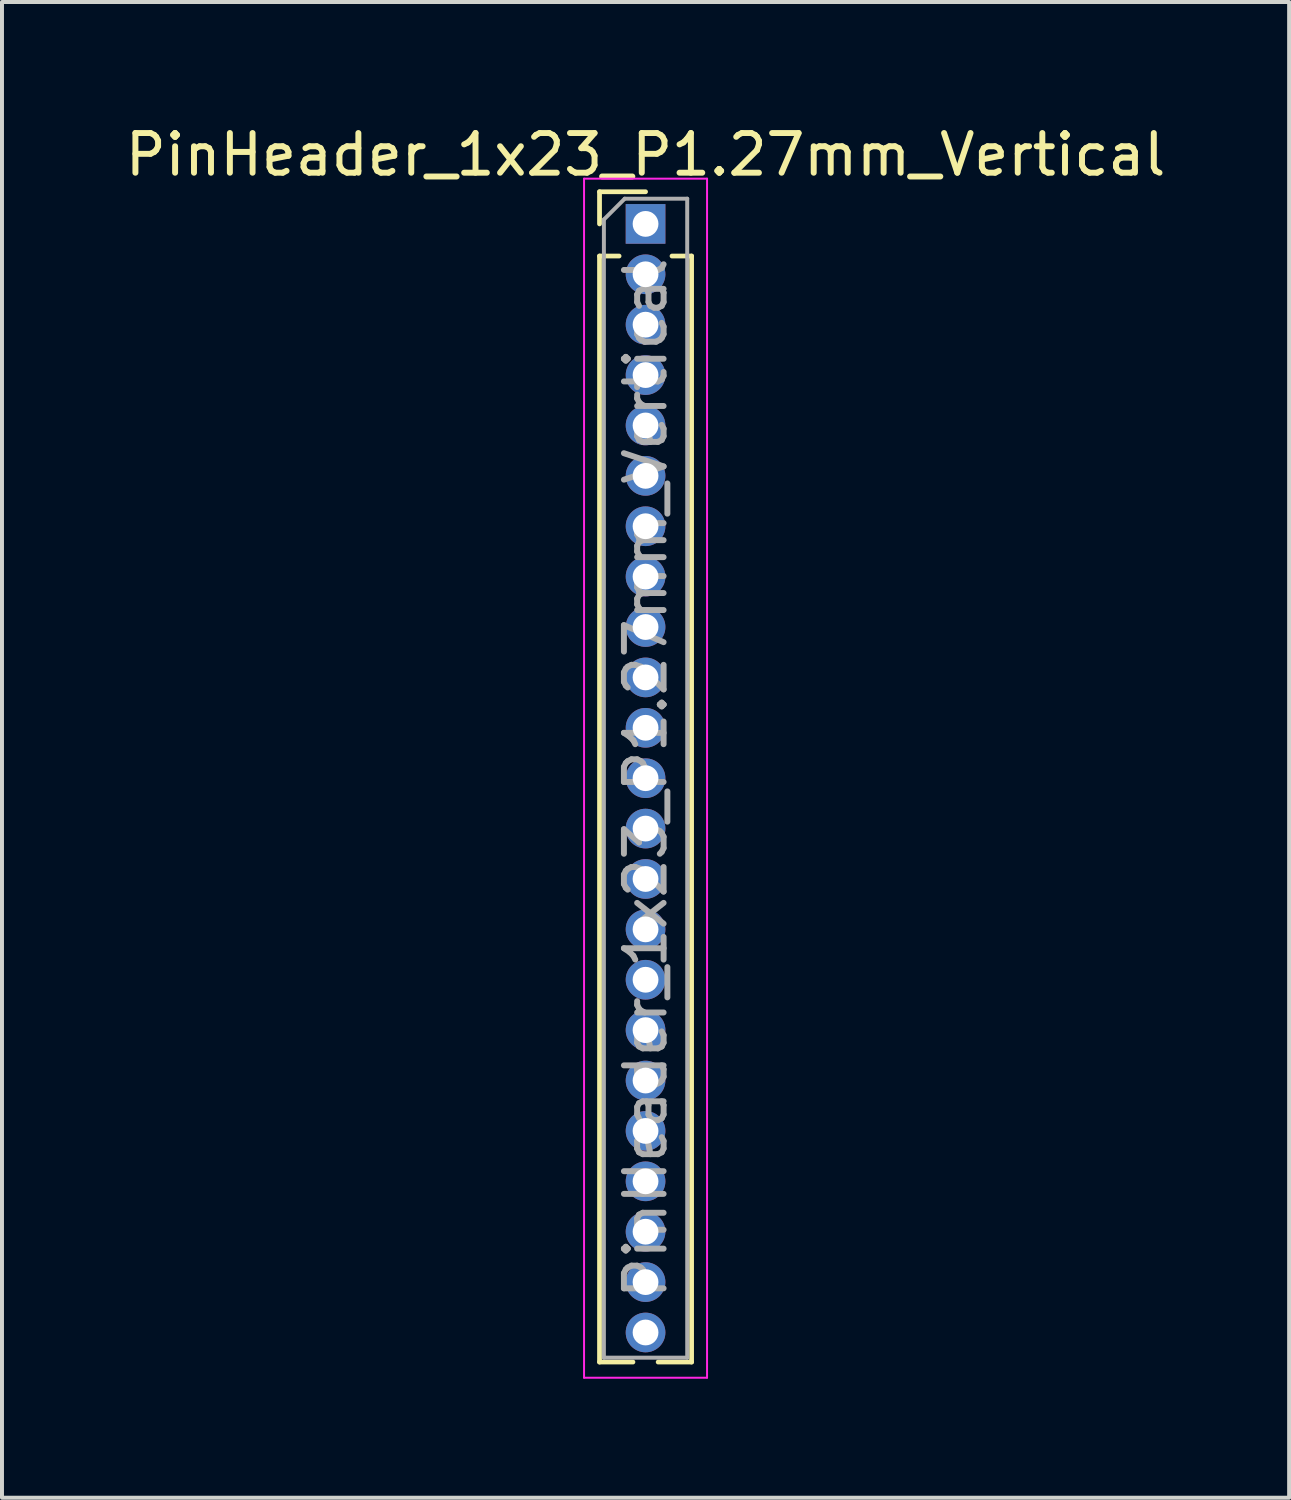
<source format=kicad_pcb>
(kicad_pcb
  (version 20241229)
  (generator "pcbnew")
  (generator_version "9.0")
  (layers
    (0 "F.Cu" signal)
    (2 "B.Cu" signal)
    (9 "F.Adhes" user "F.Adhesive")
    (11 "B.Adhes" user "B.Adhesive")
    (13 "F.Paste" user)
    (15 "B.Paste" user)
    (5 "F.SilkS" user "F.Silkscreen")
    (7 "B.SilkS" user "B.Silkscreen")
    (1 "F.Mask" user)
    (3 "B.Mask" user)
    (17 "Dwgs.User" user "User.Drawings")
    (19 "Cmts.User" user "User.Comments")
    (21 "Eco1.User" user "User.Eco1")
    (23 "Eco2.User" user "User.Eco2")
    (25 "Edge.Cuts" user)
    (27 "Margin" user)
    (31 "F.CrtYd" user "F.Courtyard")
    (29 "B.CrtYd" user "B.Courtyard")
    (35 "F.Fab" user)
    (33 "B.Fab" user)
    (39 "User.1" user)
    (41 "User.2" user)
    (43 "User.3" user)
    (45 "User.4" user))
  (footprint "PinHeader_1x23_P1.27mm_Vertical"
    (layer "F.Cu")
    (at 13.22 2.593)
    (property "Reference" "PinHeader_1x23_P1.27mm_Vertical" (at 0 -1.745 0) (layer "F.SilkS") (effects (font (size 1 1) (thickness 0.15))))
    (attr through_hole)
    (fp_line (start -1.16 -0.81) (end 0 -0.81) (stroke (width 0.12) (type solid)) (layer "F.SilkS"))
    (fp_line (start -1.16 0) (end -1.16 -0.81) (stroke (width 0.12) (type solid)) (layer "F.SilkS"))
    (fp_line (start -1.16 0.81) (end -1.16 28.685) (stroke (width 0.12) (type solid)) (layer "F.SilkS"))
    (fp_line (start -1.16 0.81) (end -0.667 0.81) (stroke (width 0.12) (type solid)) (layer "F.SilkS"))
    (fp_line (start -1.16 28.685) (end -0.318 28.685) (stroke (width 0.12) (type solid)) (layer "F.SilkS"))
    (fp_line (start 0.318 28.685) (end 1.16 28.685) (stroke (width 0.12) (type solid)) (layer "F.SilkS"))
    (fp_line (start 0.667 0.81) (end 1.16 0.81) (stroke (width 0.12) (type solid)) (layer "F.SilkS"))
    (fp_line (start 1.16 0.81) (end 1.16 28.685) (stroke (width 0.12) (type solid)) (layer "F.SilkS"))
    (fp_line (start -1.55 -1.14) (end -1.55 29.08) (stroke (width 0.05) (type solid)) (layer "F.CrtYd"))
    (fp_line (start -1.55 29.08) (end 1.55 29.08) (stroke (width 0.05) (type solid)) (layer "F.CrtYd"))
    (fp_line (start 1.55 -1.14) (end -1.55 -1.14) (stroke (width 0.05) (type solid)) (layer "F.CrtYd"))
    (fp_line (start 1.55 29.08) (end 1.55 -1.14) (stroke (width 0.05) (type solid)) (layer "F.CrtYd"))
    (fp_line (start -1.05 -0.11) (end -0.525 -0.635) (stroke (width 0.1) (type solid)) (layer "F.Fab"))
    (fp_line (start -1.05 28.575) (end -1.05 -0.11) (stroke (width 0.1) (type solid)) (layer "F.Fab"))
    (fp_line (start -0.525 -0.635) (end 1.05 -0.635) (stroke (width 0.1) (type solid)) (layer "F.Fab"))
    (fp_line (start 1.05 -0.635) (end 1.05 28.575) (stroke (width 0.1) (type solid)) (layer "F.Fab"))
    (fp_line (start 1.05 28.575) (end -1.05 28.575) (stroke (width 0.1) (type solid)) (layer "F.Fab"))
    (fp_text user "${REFERENCE}" (at 0 13.97 90) (layer "F.Fab") (effects (font (size 1 1) (thickness 0.15))))
    (pad "1" thru_hole rect (at 0 0) (size 1 1) (drill 0.65) (layers "*.Cu" "*.Mask"))
    (pad "2" thru_hole circle (at 0 1.27) (size 1 1) (drill 0.65) (layers "*.Cu" "*.Mask"))
    (pad "3" thru_hole circle (at 0 2.54) (size 1 1) (drill 0.65) (layers "*.Cu" "*.Mask"))
    (pad "4" thru_hole circle (at 0 3.81) (size 1 1) (drill 0.65) (layers "*.Cu" "*.Mask"))
    (pad "5" thru_hole circle (at 0 5.08) (size 1 1) (drill 0.65) (layers "*.Cu" "*.Mask"))
    (pad "6" thru_hole circle (at 0 6.35) (size 1 1) (drill 0.65) (layers "*.Cu" "*.Mask"))
    (pad "7" thru_hole circle (at 0 7.62) (size 1 1) (drill 0.65) (layers "*.Cu" "*.Mask"))
    (pad "8" thru_hole circle (at 0 8.89) (size 1 1) (drill 0.65) (layers "*.Cu" "*.Mask"))
    (pad "9" thru_hole circle (at 0 10.16) (size 1 1) (drill 0.65) (layers "*.Cu" "*.Mask"))
    (pad "10" thru_hole circle (at 0 11.43) (size 1 1) (drill 0.65) (layers "*.Cu" "*.Mask"))
    (pad "11" thru_hole circle (at 0 12.7) (size 1 1) (drill 0.65) (layers "*.Cu" "*.Mask"))
    (pad "12" thru_hole circle (at 0 13.97) (size 1 1) (drill 0.65) (layers "*.Cu" "*.Mask"))
    (pad "13" thru_hole circle (at 0 15.24) (size 1 1) (drill 0.65) (layers "*.Cu" "*.Mask"))
    (pad "14" thru_hole circle (at 0 16.51) (size 1 1) (drill 0.65) (layers "*.Cu" "*.Mask"))
    (pad "15" thru_hole circle (at 0 17.78) (size 1 1) (drill 0.65) (layers "*.Cu" "*.Mask"))
    (pad "16" thru_hole circle (at 0 19.05) (size 1 1) (drill 0.65) (layers "*.Cu" "*.Mask"))
    (pad "17" thru_hole circle (at 0 20.32) (size 1 1) (drill 0.65) (layers "*.Cu" "*.Mask"))
    (pad "18" thru_hole circle (at 0 21.59) (size 1 1) (drill 0.65) (layers "*.Cu" "*.Mask"))
    (pad "19" thru_hole circle (at 0 22.86) (size 1 1) (drill 0.65) (layers "*.Cu" "*.Mask"))
    (pad "20" thru_hole circle (at 0 24.13) (size 1 1) (drill 0.65) (layers "*.Cu" "*.Mask"))
    (pad "21" thru_hole circle (at 0 25.4) (size 1 1) (drill 0.65) (layers "*.Cu" "*.Mask"))
    (pad "22" thru_hole circle (at 0 26.67) (size 1 1) (drill 0.65) (layers "*.Cu" "*.Mask"))
    (pad "23" thru_hole circle (at 0 27.94) (size 1 1) (drill 0.65) (layers "*.Cu" "*.Mask")))
  (gr_rect
    (start -3 -3)
    (end 29.44 34.698)
    (stroke (width 0.1) (type default))
    (fill no)
    (layer "Edge.Cuts")))
</source>
